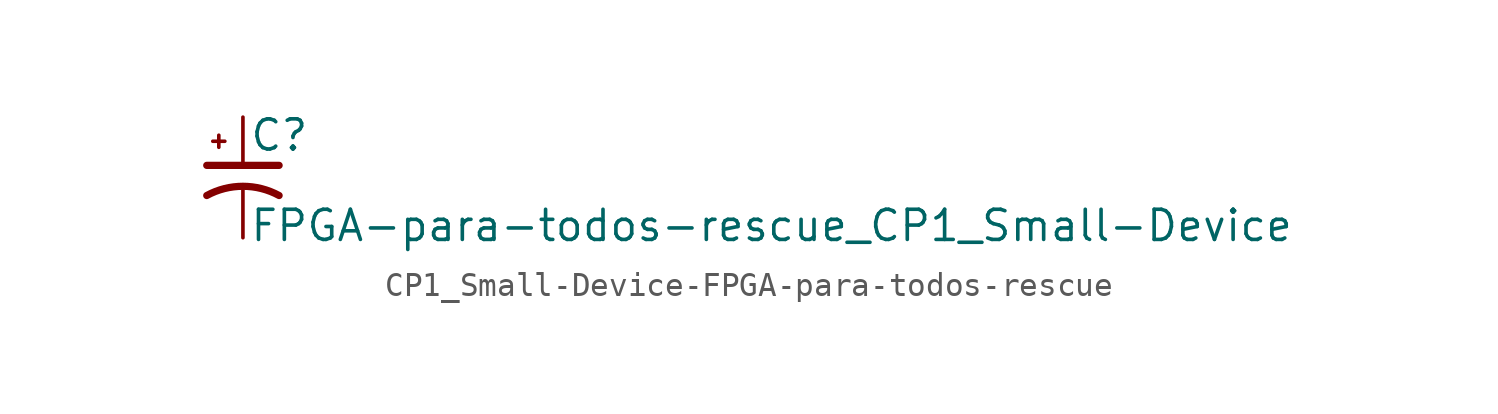
<source format=kicad_sym>
(kicad_symbol_lib
  (version 20231120)
  (generator "kicad_symbol_editor")
  (generator_version "8.0")
  (symbol "CP1_Small-Device-FPGA-para-todos-rescue"
    (pin_numbers hide)
    (pin_names
      (offset 0.254) hide)
    (property "Reference" "C"
      (at 0.254 1.778 0)
      (effects (font (size 1.27 1.27)) (justify left)))
    (property "Value" "FPGA-para-todos-rescue_CP1_Small-Device"
      (at 0.254 -2.032 0)
      (effects (font (size 1.27 1.27)) (justify left)))
    (symbol "CP1_Small-Device-FPGA-para-todos-rescue_0_1"
      (polyline (pts (xy -1.524 0.508) (xy 1.524 0.508)) (stroke (width 0.305) (type solid)) (fill (type none)))
      (polyline (pts (xy -1.27 1.524) (xy -0.762 1.524)) (stroke (width 0) (type solid)) (fill (type none)))
      (polyline (pts (xy -1.016 1.27) (xy -1.016 1.778)) (stroke (width 0) (type solid)) (fill (type none)))
      (arc (start 1.524 -0.762) (mid 0 -0.3734) (end -1.524 -0.762) (stroke (width 0.3048) (type solid)) (fill (type none))))
    (symbol "CP1_Small-Device-FPGA-para-todos-rescue_1_1"
      (pin passive line (at 0 2.54 270) (length 2.032) (name "~" (effects (font (size 1.27 1.27)))) (number "1" (effects (font (size 1.27 1.27)))))
      (pin passive line (at 0 -2.54 90) (length 2.032) (name "~" (effects (font (size 1.27 1.27)))) (number "2" (effects (font (size 1.27 1.27))))))))
</source>
